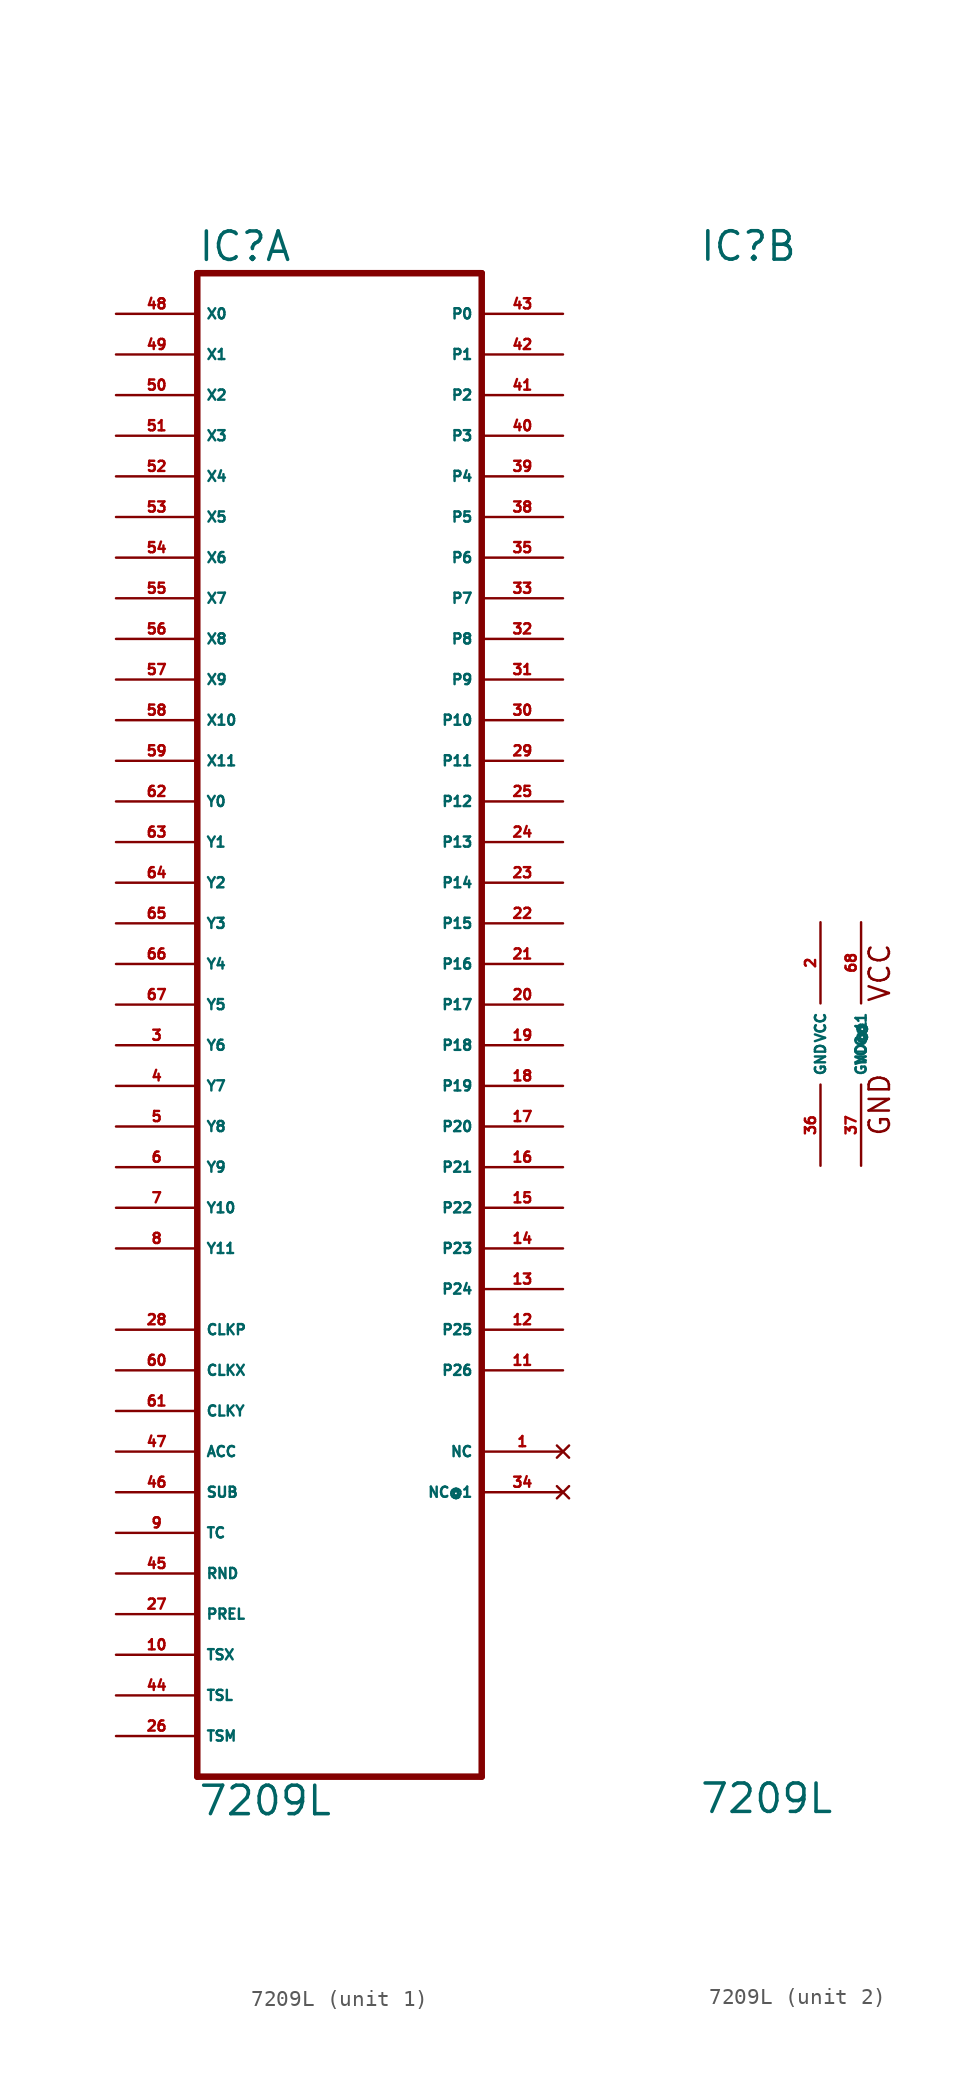
<source format=kicad_sym>
(kicad_symbol_lib
  (version 20220914)
  (generator Eagle2Kicad)
  (symbol "7209L"
    (property "Reference" "IC"
      (at -7.62 48.895 0)
      (effects (font (size 1.778 1.778) (thickness 0.22)) (justify left bottom)))
    (property "Value" "7209L"
      (at -7.62 -48.26 0)
      (effects (font (size 1.778 1.778) (thickness 0.22)) (justify left bottom)))
    (symbol "7209L_1_0"
      (polyline (pts (xy -7.62 -45.72) (xy 10.16 -45.72)) (stroke (width 0.406) (type default)) (fill (type none)))
      (polyline (pts (xy 10.16 -45.72) (xy 10.16 48.26)) (stroke (width 0.406) (type default)) (fill (type none)))
      (polyline (pts (xy 10.16 48.26) (xy -7.62 48.26)) (stroke (width 0.406) (type default)) (fill (type none)))
      (polyline (pts (xy -7.62 48.26) (xy -7.62 -45.72)) (stroke (width 0.406) (type default)) (fill (type none)))
      (pin input line (at -12.7 45.72 0) (length 5.08) (name "X0" (effects (font (size 0.635 0.635) (thickness 0.08)) (justify left bottom))) (number "48" (effects (font (size 0.635 0.635) (thickness 0.08)) (justify left bottom))))
      (pin input line (at -12.7 43.18 0) (length 5.08) (name "X1" (effects (font (size 0.635 0.635) (thickness 0.08)) (justify left bottom))) (number "49" (effects (font (size 0.635 0.635) (thickness 0.08)) (justify left bottom))))
      (pin input line (at -12.7 40.64 0) (length 5.08) (name "X2" (effects (font (size 0.635 0.635) (thickness 0.08)) (justify left bottom))) (number "50" (effects (font (size 0.635 0.635) (thickness 0.08)) (justify left bottom))))
      (pin input line (at -12.7 38.1 0) (length 5.08) (name "X3" (effects (font (size 0.635 0.635) (thickness 0.08)) (justify left bottom))) (number "51" (effects (font (size 0.635 0.635) (thickness 0.08)) (justify left bottom))))
      (pin input line (at -12.7 35.56 0) (length 5.08) (name "X4" (effects (font (size 0.635 0.635) (thickness 0.08)) (justify left bottom))) (number "52" (effects (font (size 0.635 0.635) (thickness 0.08)) (justify left bottom))))
      (pin input line (at -12.7 33.02 0) (length 5.08) (name "X5" (effects (font (size 0.635 0.635) (thickness 0.08)) (justify left bottom))) (number "53" (effects (font (size 0.635 0.635) (thickness 0.08)) (justify left bottom))))
      (pin input line (at -12.7 30.48 0) (length 5.08) (name "X6" (effects (font (size 0.635 0.635) (thickness 0.08)) (justify left bottom))) (number "54" (effects (font (size 0.635 0.635) (thickness 0.08)) (justify left bottom))))
      (pin input line (at -12.7 27.94 0) (length 5.08) (name "X7" (effects (font (size 0.635 0.635) (thickness 0.08)) (justify left bottom))) (number "55" (effects (font (size 0.635 0.635) (thickness 0.08)) (justify left bottom))))
      (pin input line (at -12.7 25.4 0) (length 5.08) (name "X8" (effects (font (size 0.635 0.635) (thickness 0.08)) (justify left bottom))) (number "56" (effects (font (size 0.635 0.635) (thickness 0.08)) (justify left bottom))))
      (pin input line (at -12.7 22.86 0) (length 5.08) (name "X9" (effects (font (size 0.635 0.635) (thickness 0.08)) (justify left bottom))) (number "57" (effects (font (size 0.635 0.635) (thickness 0.08)) (justify left bottom))))
      (pin input line (at -12.7 20.32 0) (length 5.08) (name "X10" (effects (font (size 0.635 0.635) (thickness 0.08)) (justify left bottom))) (number "58" (effects (font (size 0.635 0.635) (thickness 0.08)) (justify left bottom))))
      (pin input line (at -12.7 17.78 0) (length 5.08) (name "X11" (effects (font (size 0.635 0.635) (thickness 0.08)) (justify left bottom))) (number "59" (effects (font (size 0.635 0.635) (thickness 0.08)) (justify left bottom))))
      (pin input line (at -12.7 15.24 0) (length 5.08) (name "Y0" (effects (font (size 0.635 0.635) (thickness 0.08)) (justify left bottom))) (number "62" (effects (font (size 0.635 0.635) (thickness 0.08)) (justify left bottom))))
      (pin input line (at -12.7 12.7 0) (length 5.08) (name "Y1" (effects (font (size 0.635 0.635) (thickness 0.08)) (justify left bottom))) (number "63" (effects (font (size 0.635 0.635) (thickness 0.08)) (justify left bottom))))
      (pin input line (at -12.7 10.16 0) (length 5.08) (name "Y2" (effects (font (size 0.635 0.635) (thickness 0.08)) (justify left bottom))) (number "64" (effects (font (size 0.635 0.635) (thickness 0.08)) (justify left bottom))))
      (pin input line (at -12.7 7.62 0) (length 5.08) (name "Y3" (effects (font (size 0.635 0.635) (thickness 0.08)) (justify left bottom))) (number "65" (effects (font (size 0.635 0.635) (thickness 0.08)) (justify left bottom))))
      (pin input line (at -12.7 5.08 0) (length 5.08) (name "Y4" (effects (font (size 0.635 0.635) (thickness 0.08)) (justify left bottom))) (number "66" (effects (font (size 0.635 0.635) (thickness 0.08)) (justify left bottom))))
      (pin input line (at -12.7 2.54 0) (length 5.08) (name "Y5" (effects (font (size 0.635 0.635) (thickness 0.08)) (justify left bottom))) (number "67" (effects (font (size 0.635 0.635) (thickness 0.08)) (justify left bottom))))
      (pin input line (at -12.7 0 0) (length 5.08) (name "Y6" (effects (font (size 0.635 0.635) (thickness 0.08)) (justify left bottom))) (number "3" (effects (font (size 0.635 0.635) (thickness 0.08)) (justify left bottom))))
      (pin input line (at -12.7 -2.54 0) (length 5.08) (name "Y7" (effects (font (size 0.635 0.635) (thickness 0.08)) (justify left bottom))) (number "4" (effects (font (size 0.635 0.635) (thickness 0.08)) (justify left bottom))))
      (pin input line (at -12.7 -5.08 0) (length 5.08) (name "Y8" (effects (font (size 0.635 0.635) (thickness 0.08)) (justify left bottom))) (number "5" (effects (font (size 0.635 0.635) (thickness 0.08)) (justify left bottom))))
      (pin input line (at -12.7 -7.62 0) (length 5.08) (name "Y9" (effects (font (size 0.635 0.635) (thickness 0.08)) (justify left bottom))) (number "6" (effects (font (size 0.635 0.635) (thickness 0.08)) (justify left bottom))))
      (pin input line (at -12.7 -10.16 0) (length 5.08) (name "Y10" (effects (font (size 0.635 0.635) (thickness 0.08)) (justify left bottom))) (number "7" (effects (font (size 0.635 0.635) (thickness 0.08)) (justify left bottom))))
      (pin input line (at -12.7 -12.7 0) (length 5.08) (name "Y11" (effects (font (size 0.635 0.635) (thickness 0.08)) (justify left bottom))) (number "8" (effects (font (size 0.635 0.635) (thickness 0.08)) (justify left bottom))))
      (pin output line (at 15.24 45.72 180) (length 5.08) (name "P0" (effects (font (size 0.635 0.635) (thickness 0.08)) (justify left bottom))) (number "43" (effects (font (size 0.635 0.635) (thickness 0.08)) (justify left bottom))))
      (pin output line (at 15.24 43.18 180) (length 5.08) (name "P1" (effects (font (size 0.635 0.635) (thickness 0.08)) (justify left bottom))) (number "42" (effects (font (size 0.635 0.635) (thickness 0.08)) (justify left bottom))))
      (pin output line (at 15.24 40.64 180) (length 5.08) (name "P2" (effects (font (size 0.635 0.635) (thickness 0.08)) (justify left bottom))) (number "41" (effects (font (size 0.635 0.635) (thickness 0.08)) (justify left bottom))))
      (pin output line (at 15.24 38.1 180) (length 5.08) (name "P3" (effects (font (size 0.635 0.635) (thickness 0.08)) (justify left bottom))) (number "40" (effects (font (size 0.635 0.635) (thickness 0.08)) (justify left bottom))))
      (pin output line (at 15.24 35.56 180) (length 5.08) (name "P4" (effects (font (size 0.635 0.635) (thickness 0.08)) (justify left bottom))) (number "39" (effects (font (size 0.635 0.635) (thickness 0.08)) (justify left bottom))))
      (pin output line (at 15.24 33.02 180) (length 5.08) (name "P5" (effects (font (size 0.635 0.635) (thickness 0.08)) (justify left bottom))) (number "38" (effects (font (size 0.635 0.635) (thickness 0.08)) (justify left bottom))))
      (pin output line (at 15.24 30.48 180) (length 5.08) (name "P6" (effects (font (size 0.635 0.635) (thickness 0.08)) (justify left bottom))) (number "35" (effects (font (size 0.635 0.635) (thickness 0.08)) (justify left bottom))))
      (pin output line (at 15.24 27.94 180) (length 5.08) (name "P7" (effects (font (size 0.635 0.635) (thickness 0.08)) (justify left bottom))) (number "33" (effects (font (size 0.635 0.635) (thickness 0.08)) (justify left bottom))))
      (pin output line (at 15.24 25.4 180) (length 5.08) (name "P8" (effects (font (size 0.635 0.635) (thickness 0.08)) (justify left bottom))) (number "32" (effects (font (size 0.635 0.635) (thickness 0.08)) (justify left bottom))))
      (pin output line (at 15.24 22.86 180) (length 5.08) (name "P9" (effects (font (size 0.635 0.635) (thickness 0.08)) (justify left bottom))) (number "31" (effects (font (size 0.635 0.635) (thickness 0.08)) (justify left bottom))))
      (pin output line (at 15.24 20.32 180) (length 5.08) (name "P10" (effects (font (size 0.635 0.635) (thickness 0.08)) (justify left bottom))) (number "30" (effects (font (size 0.635 0.635) (thickness 0.08)) (justify left bottom))))
      (pin output line (at 15.24 17.78 180) (length 5.08) (name "P11" (effects (font (size 0.635 0.635) (thickness 0.08)) (justify left bottom))) (number "29" (effects (font (size 0.635 0.635) (thickness 0.08)) (justify left bottom))))
      (pin output line (at 15.24 15.24 180) (length 5.08) (name "P12" (effects (font (size 0.635 0.635) (thickness 0.08)) (justify left bottom))) (number "25" (effects (font (size 0.635 0.635) (thickness 0.08)) (justify left bottom))))
      (pin output line (at 15.24 12.7 180) (length 5.08) (name "P13" (effects (font (size 0.635 0.635) (thickness 0.08)) (justify left bottom))) (number "24" (effects (font (size 0.635 0.635) (thickness 0.08)) (justify left bottom))))
      (pin output line (at 15.24 10.16 180) (length 5.08) (name "P14" (effects (font (size 0.635 0.635) (thickness 0.08)) (justify left bottom))) (number "23" (effects (font (size 0.635 0.635) (thickness 0.08)) (justify left bottom))))
      (pin output line (at 15.24 7.62 180) (length 5.08) (name "P15" (effects (font (size 0.635 0.635) (thickness 0.08)) (justify left bottom))) (number "22" (effects (font (size 0.635 0.635) (thickness 0.08)) (justify left bottom))))
      (pin output line (at 15.24 5.08 180) (length 5.08) (name "P16" (effects (font (size 0.635 0.635) (thickness 0.08)) (justify left bottom))) (number "21" (effects (font (size 0.635 0.635) (thickness 0.08)) (justify left bottom))))
      (pin output line (at 15.24 2.54 180) (length 5.08) (name "P17" (effects (font (size 0.635 0.635) (thickness 0.08)) (justify left bottom))) (number "20" (effects (font (size 0.635 0.635) (thickness 0.08)) (justify left bottom))))
      (pin output line (at 15.24 0 180) (length 5.08) (name "P18" (effects (font (size 0.635 0.635) (thickness 0.08)) (justify left bottom))) (number "19" (effects (font (size 0.635 0.635) (thickness 0.08)) (justify left bottom))))
      (pin output line (at 15.24 -2.54 180) (length 5.08) (name "P19" (effects (font (size 0.635 0.635) (thickness 0.08)) (justify left bottom))) (number "18" (effects (font (size 0.635 0.635) (thickness 0.08)) (justify left bottom))))
      (pin output line (at 15.24 -5.08 180) (length 5.08) (name "P20" (effects (font (size 0.635 0.635) (thickness 0.08)) (justify left bottom))) (number "17" (effects (font (size 0.635 0.635) (thickness 0.08)) (justify left bottom))))
      (pin output line (at 15.24 -7.62 180) (length 5.08) (name "P21" (effects (font (size 0.635 0.635) (thickness 0.08)) (justify left bottom))) (number "16" (effects (font (size 0.635 0.635) (thickness 0.08)) (justify left bottom))))
      (pin output line (at 15.24 -10.16 180) (length 5.08) (name "P22" (effects (font (size 0.635 0.635) (thickness 0.08)) (justify left bottom))) (number "15" (effects (font (size 0.635 0.635) (thickness 0.08)) (justify left bottom))))
      (pin output line (at 15.24 -12.7 180) (length 5.08) (name "P23" (effects (font (size 0.635 0.635) (thickness 0.08)) (justify left bottom))) (number "14" (effects (font (size 0.635 0.635) (thickness 0.08)) (justify left bottom))))
      (pin input line (at -12.7 -25.4 0) (length 5.08) (name "ACC" (effects (font (size 0.635 0.635) (thickness 0.08)) (justify left bottom))) (number "47" (effects (font (size 0.635 0.635) (thickness 0.08)) (justify left bottom))))
      (pin input line (at -12.7 -20.32 0) (length 5.08) (name "CLKX" (effects (font (size 0.635 0.635) (thickness 0.08)) (justify left bottom))) (number "60" (effects (font (size 0.635 0.635) (thickness 0.08)) (justify left bottom))))
      (pin input line (at -12.7 -22.86 0) (length 5.08) (name "CLKY" (effects (font (size 0.635 0.635) (thickness 0.08)) (justify left bottom))) (number "61" (effects (font (size 0.635 0.635) (thickness 0.08)) (justify left bottom))))
      (pin input line (at -12.7 -27.94 0) (length 5.08) (name "SUB" (effects (font (size 0.635 0.635) (thickness 0.08)) (justify left bottom))) (number "46" (effects (font (size 0.635 0.635) (thickness 0.08)) (justify left bottom))))
      (pin input line (at -12.7 -30.48 0) (length 5.08) (name "TC" (effects (font (size 0.635 0.635) (thickness 0.08)) (justify left bottom))) (number "9" (effects (font (size 0.635 0.635) (thickness 0.08)) (justify left bottom))))
      (pin input line (at -12.7 -33.02 0) (length 5.08) (name "RND" (effects (font (size 0.635 0.635) (thickness 0.08)) (justify left bottom))) (number "45" (effects (font (size 0.635 0.635) (thickness 0.08)) (justify left bottom))))
      (pin input line (at -12.7 -35.56 0) (length 5.08) (name "PREL" (effects (font (size 0.635 0.635) (thickness 0.08)) (justify left bottom))) (number "27" (effects (font (size 0.635 0.635) (thickness 0.08)) (justify left bottom))))
      (pin input line (at -12.7 -38.1 0) (length 5.08) (name "TSX" (effects (font (size 0.635 0.635) (thickness 0.08)) (justify left bottom))) (number "10" (effects (font (size 0.635 0.635) (thickness 0.08)) (justify left bottom))))
      (pin input line (at -12.7 -40.64 0) (length 5.08) (name "TSL" (effects (font (size 0.635 0.635) (thickness 0.08)) (justify left bottom))) (number "44" (effects (font (size 0.635 0.635) (thickness 0.08)) (justify left bottom))))
      (pin input line (at -12.7 -43.18 0) (length 5.08) (name "TSM" (effects (font (size 0.635 0.635) (thickness 0.08)) (justify left bottom))) (number "26" (effects (font (size 0.635 0.635) (thickness 0.08)) (justify left bottom))))
      (pin input line (at -12.7 -17.78 0) (length 5.08) (name "CLKP" (effects (font (size 0.635 0.635) (thickness 0.08)) (justify left bottom))) (number "28" (effects (font (size 0.635 0.635) (thickness 0.08)) (justify left bottom))))
      (pin output line (at 15.24 -15.24 180) (length 5.08) (name "P24" (effects (font (size 0.635 0.635) (thickness 0.08)) (justify left bottom))) (number "13" (effects (font (size 0.635 0.635) (thickness 0.08)) (justify left bottom))))
      (pin output line (at 15.24 -17.78 180) (length 5.08) (name "P25" (effects (font (size 0.635 0.635) (thickness 0.08)) (justify left bottom))) (number "12" (effects (font (size 0.635 0.635) (thickness 0.08)) (justify left bottom))))
      (pin output line (at 15.24 -20.32 180) (length 5.08) (name "P26" (effects (font (size 0.635 0.635) (thickness 0.08)) (justify left bottom))) (number "11" (effects (font (size 0.635 0.635) (thickness 0.08)) (justify left bottom))))
      (pin no_connect line (at 15.24 -25.4 180) (length 5.08) (name "NC" (effects (font (size 0.635 0.635) (thickness 0.08)) (justify left bottom) hide)) (number "1" (effects (font (size 0.635 0.635) (thickness 0.08)) (justify left bottom) hide)))
      (pin no_connect line (at 15.24 -27.94 180) (length 5.08) (name "NC@1" (effects (font (size 0.635 0.635) (thickness 0.08)) (justify left bottom) hide)) (number "34" (effects (font (size 0.635 0.635) (thickness 0.08)) (justify left bottom) hide))))
    (symbol "7209L_2_0"
      (text "VCC" (at 4.445 2.54 900) (effects (font (size 1.27 1.27) (thickness 0.16)) (justify left bottom)))
      (text "GND" (at 4.445 -5.842 900) (effects (font (size 1.27 1.27) (thickness 0.16)) (justify left bottom)))
      (pin unspecified line (at 0 7.62 270) (length 5.08) (name "VCC" (effects (font (size 0.635 0.635) (thickness 0.08)) (justify left bottom))) (number "2" (effects (font (size 0.635 0.635) (thickness 0.08)) (justify left bottom))))
      (pin unspecified line (at 0 -7.62 90) (length 5.08) (name "GND" (effects (font (size 0.635 0.635) (thickness 0.08)) (justify left bottom))) (number "36" (effects (font (size 0.635 0.635) (thickness 0.08)) (justify left bottom))))
      (pin unspecified line (at 2.54 7.62 270) (length 5.08) (name "VCC@1" (effects (font (size 0.635 0.635) (thickness 0.08)) (justify left bottom))) (number "68" (effects (font (size 0.635 0.635) (thickness 0.08)) (justify left bottom))))
      (pin unspecified line (at 2.54 -7.62 90) (length 5.08) (name "GND@1" (effects (font (size 0.635 0.635) (thickness 0.08)) (justify left bottom))) (number "37" (effects (font (size 0.635 0.635) (thickness 0.08)) (justify left bottom)))))))
</source>
